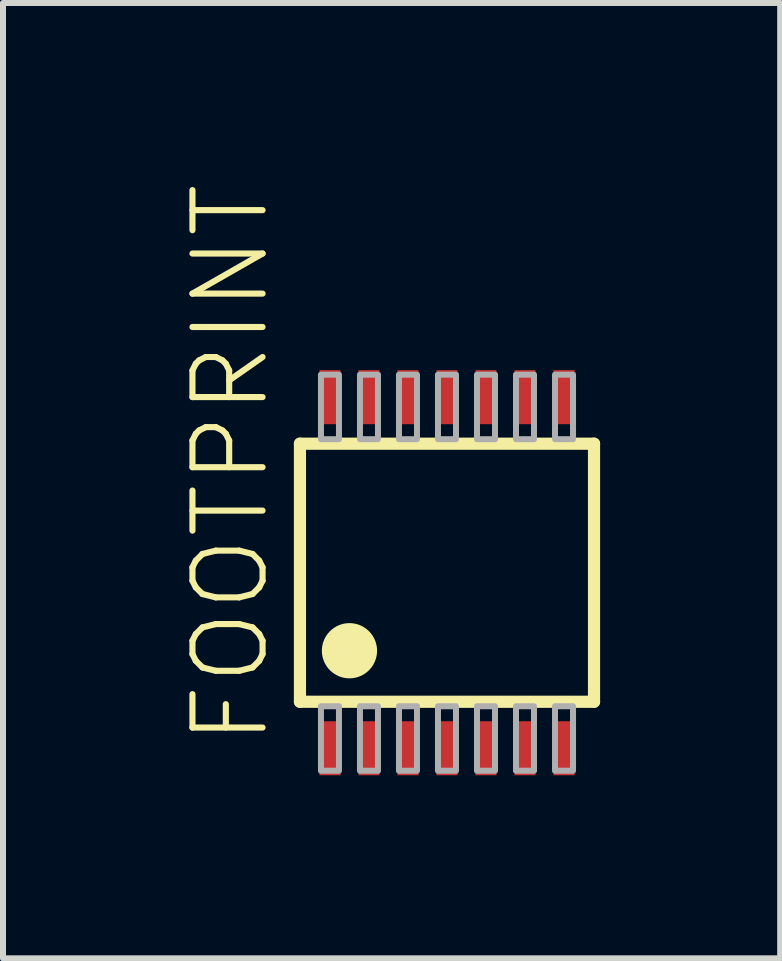
<source format=kicad_pcb>
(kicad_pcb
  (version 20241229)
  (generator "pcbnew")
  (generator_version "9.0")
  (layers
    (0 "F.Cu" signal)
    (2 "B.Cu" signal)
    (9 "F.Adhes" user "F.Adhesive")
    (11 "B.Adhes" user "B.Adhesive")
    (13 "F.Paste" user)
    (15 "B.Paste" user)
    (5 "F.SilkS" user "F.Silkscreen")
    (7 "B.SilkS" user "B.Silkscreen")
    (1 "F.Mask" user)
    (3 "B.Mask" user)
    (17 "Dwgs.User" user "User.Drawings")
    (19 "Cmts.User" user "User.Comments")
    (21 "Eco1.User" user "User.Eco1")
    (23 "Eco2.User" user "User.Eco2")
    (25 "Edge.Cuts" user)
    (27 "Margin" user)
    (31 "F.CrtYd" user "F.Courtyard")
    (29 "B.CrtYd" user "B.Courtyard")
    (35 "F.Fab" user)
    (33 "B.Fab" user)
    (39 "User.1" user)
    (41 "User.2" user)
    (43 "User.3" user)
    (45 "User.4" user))
  (footprint "FOOTPRINT"
    (layer "F.Cu")
    (at 4.398 6.493)
    (property "Reference" "FOOTPRINT" (at -2.925 2.925 90) (layer "F.SilkS") (effects (font (size 1.168 1.168) (thickness 0.102)) (justify left bottom)))
    (fp_poly (pts (xy -2.175 3.425) (xy -1.725 3.425) (xy -1.725 2.425) (xy -2.175 2.425)) (stroke (width 0) (type solid)) (fill yes) (layer "F.Mask"))
    (fp_poly (pts (xy -1.725 -3.425) (xy -2.175 -3.425) (xy -2.175 -2.425) (xy -1.725 -2.425)) (stroke (width 0) (type solid)) (fill yes) (layer "F.Mask"))
    (fp_poly (pts (xy -1.525 3.425) (xy -1.075 3.425) (xy -1.075 2.425) (xy -1.525 2.425)) (stroke (width 0) (type solid)) (fill yes) (layer "F.Mask"))
    (fp_poly (pts (xy -1.075 -3.425) (xy -1.525 -3.425) (xy -1.525 -2.425) (xy -1.075 -2.425)) (stroke (width 0) (type solid)) (fill yes) (layer "F.Mask"))
    (fp_poly (pts (xy -0.875 3.425) (xy -0.425 3.425) (xy -0.425 2.425) (xy -0.875 2.425)) (stroke (width 0) (type solid)) (fill yes) (layer "F.Mask"))
    (fp_poly (pts (xy -0.425 -3.425) (xy -0.875 -3.425) (xy -0.875 -2.425) (xy -0.425 -2.425)) (stroke (width 0) (type solid)) (fill yes) (layer "F.Mask"))
    (fp_poly (pts (xy -0.225 3.425) (xy 0.225 3.425) (xy 0.225 2.425) (xy -0.225 2.425)) (stroke (width 0) (type solid)) (fill yes) (layer "F.Mask"))
    (fp_poly (pts (xy 0.225 -3.425) (xy -0.225 -3.425) (xy -0.225 -2.425) (xy 0.225 -2.425)) (stroke (width 0) (type solid)) (fill yes) (layer "F.Mask"))
    (fp_poly (pts (xy 0.425 3.425) (xy 0.875 3.425) (xy 0.875 2.425) (xy 0.425 2.425)) (stroke (width 0) (type solid)) (fill yes) (layer "F.Mask"))
    (fp_poly (pts (xy 0.875 -3.425) (xy 0.425 -3.425) (xy 0.425 -2.425) (xy 0.875 -2.425)) (stroke (width 0) (type solid)) (fill yes) (layer "F.Mask"))
    (fp_poly (pts (xy 1.075 3.425) (xy 1.525 3.425) (xy 1.525 2.425) (xy 1.075 2.425)) (stroke (width 0) (type solid)) (fill yes) (layer "F.Mask"))
    (fp_poly (pts (xy 1.525 -3.425) (xy 1.075 -3.425) (xy 1.075 -2.425) (xy 1.525 -2.425)) (stroke (width 0) (type solid)) (fill yes) (layer "F.Mask"))
    (fp_poly (pts (xy 1.725 3.425) (xy 2.175 3.425) (xy 2.175 2.425) (xy 1.725 2.425)) (stroke (width 0) (type solid)) (fill yes) (layer "F.Mask"))
    (fp_poly (pts (xy 2.175 -3.425) (xy 1.725 -3.425) (xy 1.725 -2.425) (xy 2.175 -2.425)) (stroke (width 0) (type solid)) (fill yes) (layer "F.Mask"))
    (fp_line (start -2.45 -2.15) (end 2.45 -2.15) (stroke (width 0.203) (type solid)) (layer "F.SilkS"))
    (fp_line (start -2.45 2.15) (end -2.45 -2.15) (stroke (width 0.203) (type solid)) (layer "F.SilkS"))
    (fp_line (start 2.45 -2.15) (end 2.45 2.15) (stroke (width 0.203) (type solid)) (layer "F.SilkS"))
    (fp_line (start 2.45 2.15) (end -2.45 2.15) (stroke (width 0.203) (type solid)) (layer "F.SilkS"))
    (fp_circle (center -1.625 1.3) (end -1.395 1.3) (stroke (width 0.46) (type solid)) (fill yes) (layer "F.SilkS"))
    (fp_poly (pts (xy -2.1 3.3) (xy -1.8 3.3) (xy -1.8 2.225) (xy -2.1 2.225)) (stroke (width 0.1) (type solid)) (fill no) (layer "F.Fab"))
    (fp_poly (pts (xy -1.8 -3.3) (xy -2.1 -3.3) (xy -2.1 -2.225) (xy -1.8 -2.225)) (stroke (width 0.1) (type solid)) (fill no) (layer "F.Fab"))
    (fp_poly (pts (xy -1.45 3.3) (xy -1.15 3.3) (xy -1.15 2.225) (xy -1.45 2.225)) (stroke (width 0.1) (type solid)) (fill no) (layer "F.Fab"))
    (fp_poly (pts (xy -1.15 -3.3) (xy -1.45 -3.3) (xy -1.45 -2.225) (xy -1.15 -2.225)) (stroke (width 0.1) (type solid)) (fill no) (layer "F.Fab"))
    (fp_poly (pts (xy -0.8 3.3) (xy -0.5 3.3) (xy -0.5 2.225) (xy -0.8 2.225)) (stroke (width 0.1) (type solid)) (fill no) (layer "F.Fab"))
    (fp_poly (pts (xy -0.5 -3.3) (xy -0.8 -3.3) (xy -0.8 -2.225) (xy -0.5 -2.225)) (stroke (width 0.1) (type solid)) (fill no) (layer "F.Fab"))
    (fp_poly (pts (xy -0.15 3.3) (xy 0.15 3.3) (xy 0.15 2.225) (xy -0.15 2.225)) (stroke (width 0.1) (type solid)) (fill no) (layer "F.Fab"))
    (fp_poly (pts (xy 0.15 -3.3) (xy -0.15 -3.3) (xy -0.15 -2.225) (xy 0.15 -2.225)) (stroke (width 0.1) (type solid)) (fill no) (layer "F.Fab"))
    (fp_poly (pts (xy 0.5 3.3) (xy 0.8 3.3) (xy 0.8 2.225) (xy 0.5 2.225)) (stroke (width 0.1) (type solid)) (fill no) (layer "F.Fab"))
    (fp_poly (pts (xy 0.8 -3.3) (xy 0.5 -3.3) (xy 0.5 -2.225) (xy 0.8 -2.225)) (stroke (width 0.1) (type solid)) (fill no) (layer "F.Fab"))
    (fp_poly (pts (xy 1.15 3.3) (xy 1.45 3.3) (xy 1.45 2.225) (xy 1.15 2.225)) (stroke (width 0.1) (type solid)) (fill no) (layer "F.Fab"))
    (fp_poly (pts (xy 1.45 -3.3) (xy 1.15 -3.3) (xy 1.15 -2.225) (xy 1.45 -2.225)) (stroke (width 0.1) (type solid)) (fill no) (layer "F.Fab"))
    (fp_poly (pts (xy 1.8 3.3) (xy 2.1 3.3) (xy 2.1 2.225) (xy 1.8 2.225)) (stroke (width 0.1) (type solid)) (fill no) (layer "F.Fab"))
    (fp_poly (pts (xy 2.1 -3.3) (xy 1.8 -3.3) (xy 1.8 -2.225) (xy 2.1 -2.225)) (stroke (width 0.1) (type solid)) (fill no) (layer "F.Fab"))
    (pad "1" smd rect (at -1.95 2.925) (size 0.35 0.9) (layers "F.Cu" "F.Paste"))
    (pad "2" smd rect (at -1.3 2.925) (size 0.35 0.9) (layers "F.Cu" "F.Paste"))
    (pad "3" smd rect (at -0.65 2.925) (size 0.35 0.9) (layers "F.Cu" "F.Paste"))
    (pad "4" smd rect (at 0 2.925) (size 0.35 0.9) (layers "F.Cu" "F.Paste"))
    (pad "5" smd rect (at 0.65 2.925) (size 0.35 0.9) (layers "F.Cu" "F.Paste"))
    (pad "6" smd rect (at 1.3 2.925) (size 0.35 0.9) (layers "F.Cu" "F.Paste"))
    (pad "7" smd rect (at 1.95 2.925) (size 0.35 0.9) (layers "F.Cu" "F.Paste"))
    (pad "8" smd rect (at 1.95 -2.925 180) (size 0.35 0.9) (layers "F.Cu" "F.Paste"))
    (pad "9" smd rect (at 1.3 -2.925 180) (size 0.35 0.9) (layers "F.Cu" "F.Paste"))
    (pad "10" smd rect (at 0.65 -2.925 180) (size 0.35 0.9) (layers "F.Cu" "F.Paste"))
    (pad "11" smd rect (at 0 -2.925 180) (size 0.35 0.9) (layers "F.Cu" "F.Paste"))
    (pad "12" smd rect (at -0.65 -2.925 180) (size 0.35 0.9) (layers "F.Cu" "F.Paste"))
    (pad "13" smd rect (at -1.3 -2.925 180) (size 0.35 0.9) (layers "F.Cu" "F.Paste"))
    (pad "14" smd rect (at -1.95 -2.925 180) (size 0.35 0.9) (layers "F.Cu" "F.Paste")))
  (gr_rect
    (start -3 -3)
    (end 9.95 12.918)
    (stroke (width 0.1) (type default))
    (fill no)
    (layer "Edge.Cuts")))
</source>
